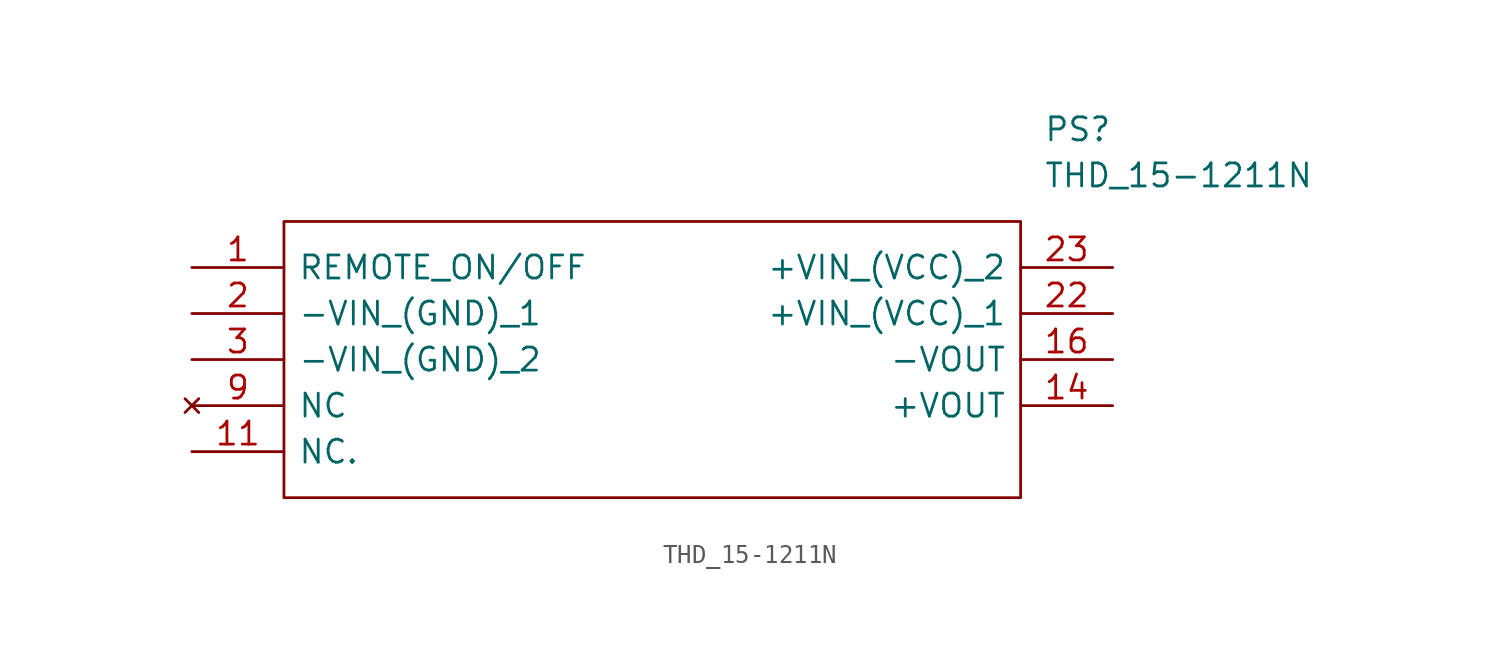
<source format=kicad_sym>
(kicad_symbol_lib
  (version 20211014)
  (generator kicad_symbol_editor)
  (symbol "THD_15-1211N"
    (pin_names
      (offset 0.762))
    (property "Reference" "PS"
      (at 46.99 7.62 0)
      (effects (font (size 1.27 1.27)) (justify left)))
    (property "Value" "THD_15-1211N"
      (at 46.99 5.08 0)
      (effects (font (size 1.27 1.27)) (justify left)))
    (symbol "THD_15-1211N_0_0"
      (pin passive line (at 0 0 0) (length 5.08) (name "REMOTE_ON/OFF" (effects (font (size 1.27 1.27)))) (number "1" (effects (font (size 1.27 1.27)))))
      (pin passive line (at 0 -10.16 0) (length 5.08) (name "NC." (effects (font (size 1.27 1.27)))) (number "11" (effects (font (size 1.27 1.27)))))
      (pin passive line (at 50.8 -7.62 180) (length 5.08) (name "+VOUT" (effects (font (size 1.27 1.27)))) (number "14" (effects (font (size 1.27 1.27)))))
      (pin passive line (at 50.8 -5.08 180) (length 5.08) (name "-VOUT" (effects (font (size 1.27 1.27)))) (number "16" (effects (font (size 1.27 1.27)))))
      (pin passive line (at 0 -2.54 0) (length 5.08) (name "-VIN_(GND)_1" (effects (font (size 1.27 1.27)))) (number "2" (effects (font (size 1.27 1.27)))))
      (pin passive line (at 50.8 -2.54 180) (length 5.08) (name "+VIN_(VCC)_1" (effects (font (size 1.27 1.27)))) (number "22" (effects (font (size 1.27 1.27)))))
      (pin passive line (at 50.8 0 180) (length 5.08) (name "+VIN_(VCC)_2" (effects (font (size 1.27 1.27)))) (number "23" (effects (font (size 1.27 1.27)))))
      (pin passive line (at 0 -5.08 0) (length 5.08) (name "-VIN_(GND)_2" (effects (font (size 1.27 1.27)))) (number "3" (effects (font (size 1.27 1.27)))))
      (pin no_connect line (at 0 -7.62 0) (length 5.08) (name "NC" (effects (font (size 1.27 1.27)))) (number "9" (effects (font (size 1.27 1.27))))))
    (symbol "THD_15-1211N_0_1"
      (polyline (pts (xy 5.08 2.54) (xy 45.72 2.54) (xy 45.72 -12.7) (xy 5.08 -12.7) (xy 5.08 2.54)) (stroke (width 0.152) (type default) (color 0 0 0 0)) (fill (type none))))))
</source>
